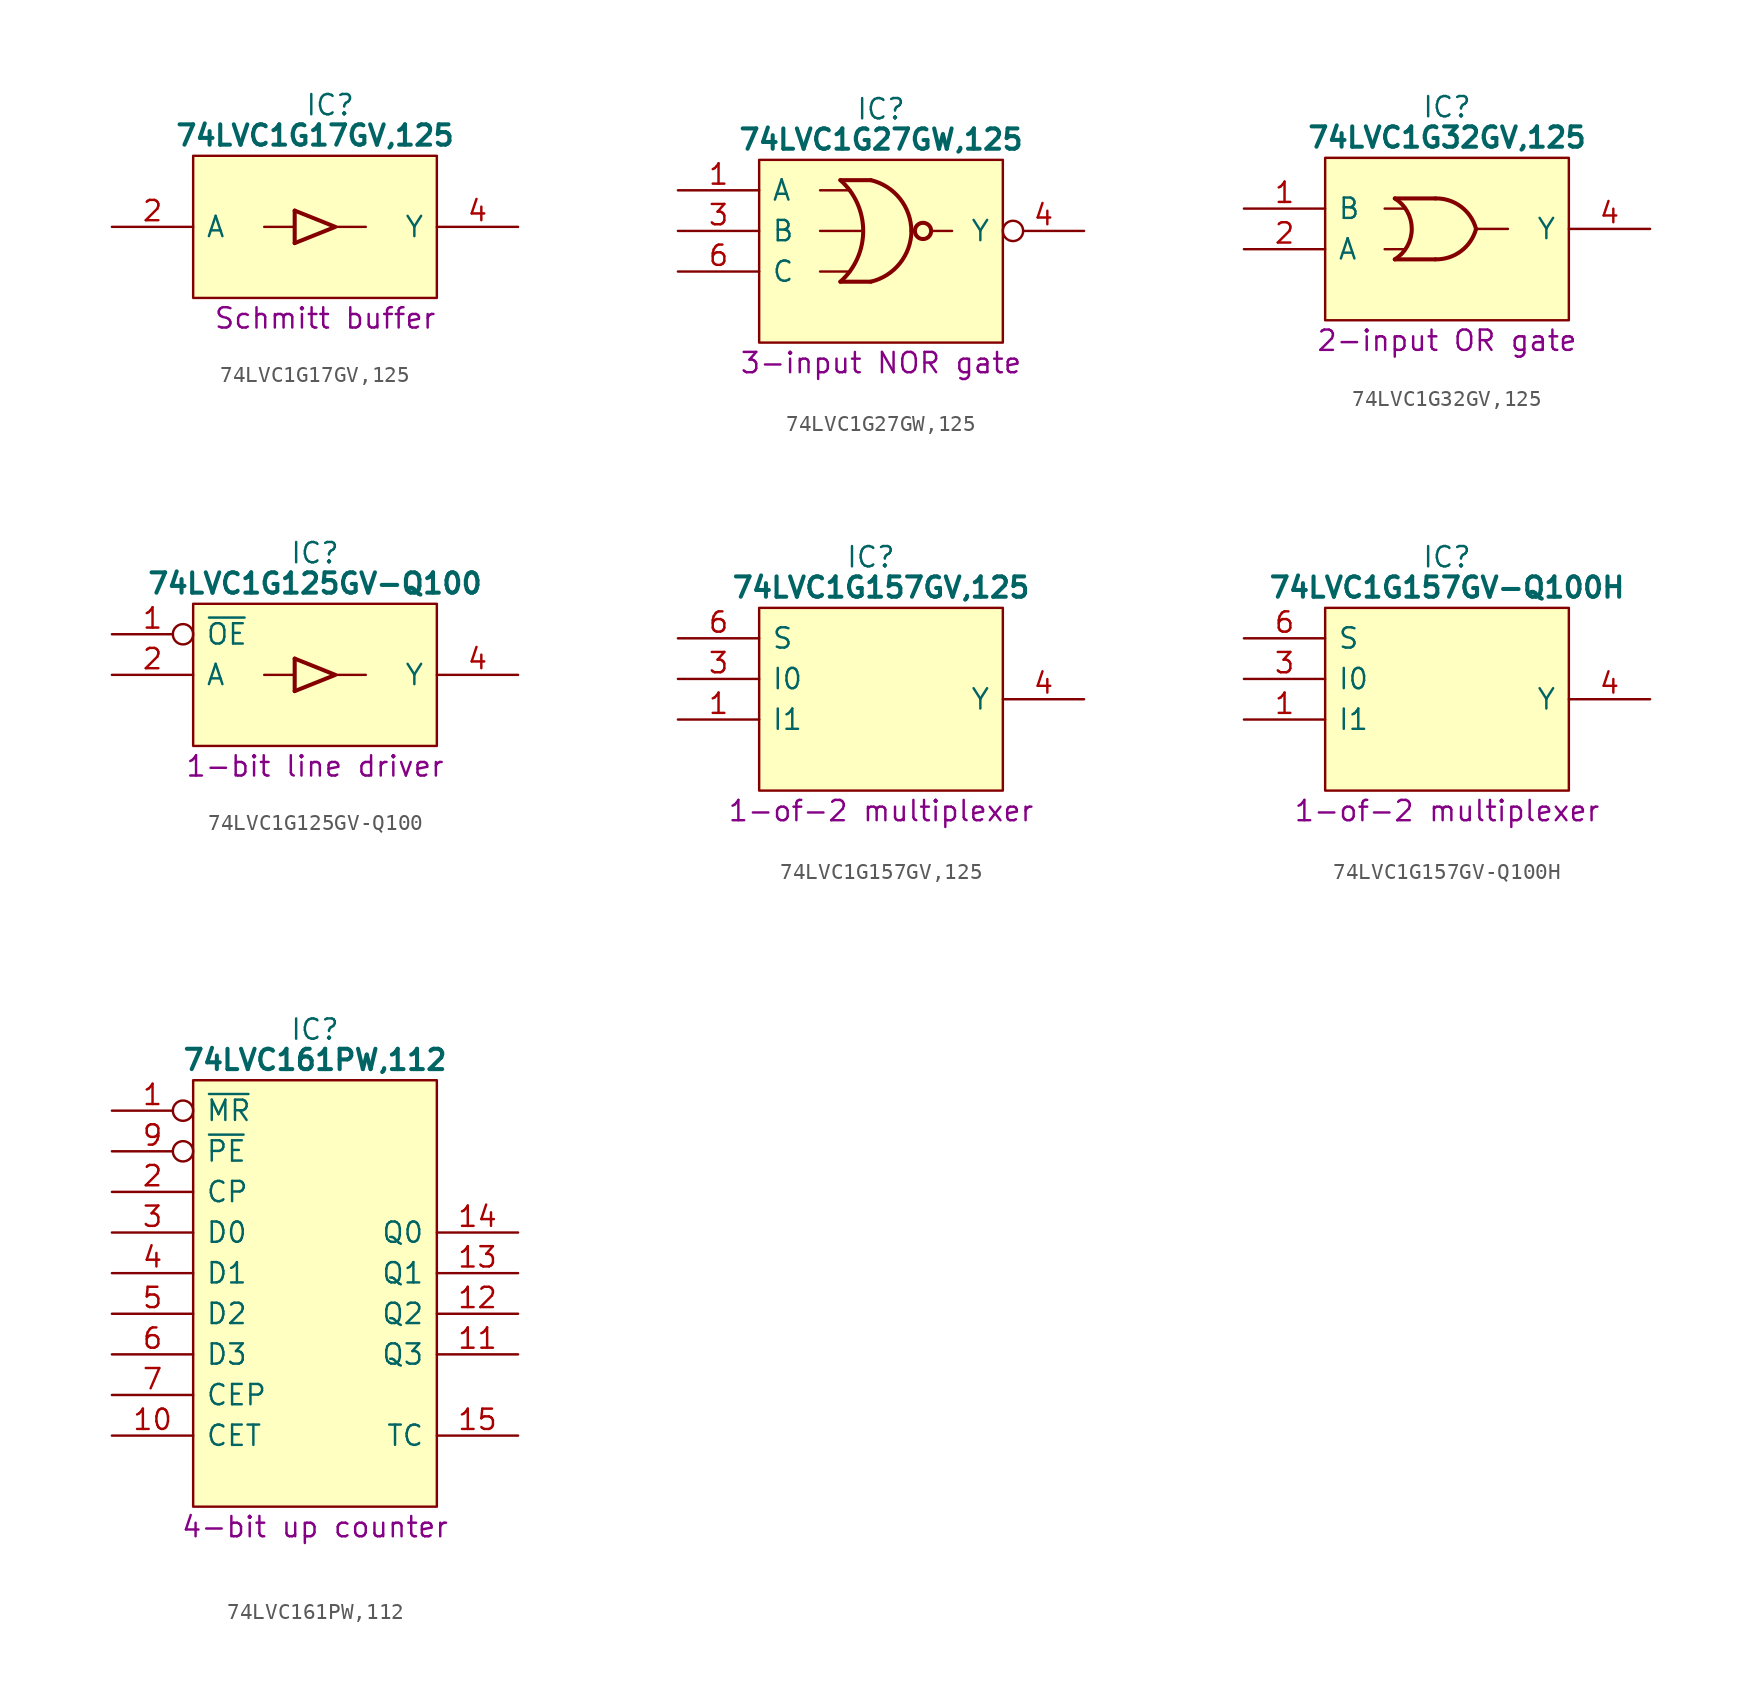
<source format=kicad_sym>
(kicad_symbol_lib
  (version 20231120)
  (generator "kicad_symbol_editor")
  (generator_version "8.0")
  (symbol "74LVC1G17GV,125"
    (pin_names
      (offset 0.762))
    (property "Reference" "IC"
      (at 12.065 7.62 0)
      (effects (font (size 1.27 1.27)) (justify left)))
    (property "Value" "74LVC1G17GV,125"
      (at 12.7 5.715 0)
      (effects (font (size 1.27 1.27) (bold yes))))
    (property "Description" "Schmitt buffer"
      (at 13.335 -5.715 0)
      (effects (font (size 1.27 1.27))))
    (symbol "74LVC1G17GV,125_0_0"
      (pin no_connect line (at 0 2.54 0) (length 5.08) hide (name "n.c." (effects (font (size 1.27 1.27)))) (number "1" (effects (font (size 1.27 1.27)))))
      (pin input line (at 0 0 0) (length 5.08) (name "A" (effects (font (size 1.27 1.27)))) (number "2" (effects (font (size 1.27 1.27)))))
      (pin passive line (at 0 -2.54 0) (length 5.08) hide (name "GND" (effects (font (size 1.27 1.27)))) (number "3" (effects (font (size 1.27 1.27)))))
      (pin passive line (at 25.4 0 180) (length 5.08) (name "Y" (effects (font (size 1.27 1.27)))) (number "4" (effects (font (size 1.27 1.27)))))
      (pin passive line (at 25.4 2.54 180) (length 5.08) hide (name "3V" (effects (font (size 1.27 1.27)))) (number "5" (effects (font (size 1.27 1.27))))))
    (symbol "74LVC1G17GV,125_0_1"
      (polyline (pts (xy 9.525 0) (xy 11.43 0)) (stroke (width 0) (type default)) (fill (type none)))
      (polyline (pts (xy 13.97 0) (xy 15.875 0)) (stroke (width 0) (type default)) (fill (type none)))
      (polyline (pts (xy 11.43 -1.016) (xy 13.97 0) (xy 11.43 1.016)) (stroke (width 0.254) (type default)) (fill (type none)))
      (polyline (pts (xy 5.08 4.445) (xy 20.32 4.445) (xy 20.32 -4.445) (xy 5.08 -4.445) (xy 5.08 4.445)) (stroke (width 0.152) (type default)) (fill (type background)))
      (rectangle (start 11.43 1.016) (end 11.43 -1.016) (stroke (width 0.254) (type default)) (fill (type background)))))
  (symbol "74LVC1G27GW,125"
    (pin_names
      (offset 0.762))
    (property "Reference" "IC"
      (at 12.7 5.08 0)
      (effects (font (size 1.27 1.27))))
    (property "Value" "74LVC1G27GW,125"
      (at 12.7 3.175 0)
      (effects (font (size 1.27 1.27) (bold yes))))
    (property "Description" "3-input NOR gate"
      (at 12.7 -10.795 0)
      (effects (font (size 1.27 1.27))))
    (symbol "74LVC1G27GW,125_0_0"
      (pin input line (at 0 0 0) (length 5.08) (name "A" (effects (font (size 1.27 1.27)))) (number "1" (effects (font (size 1.27 1.27)))))
      (pin passive line (at 0 -7.62 0) (length 5.08) hide (name "GND" (effects (font (size 1.27 1.27)))) (number "2" (effects (font (size 1.27 1.27)))))
      (pin input line (at 0 -2.54 0) (length 5.08) (name "B" (effects (font (size 1.27 1.27)))) (number "3" (effects (font (size 1.27 1.27)))))
      (pin passive line (at 25.4 0 180) (length 5.08) hide (name "3V" (effects (font (size 1.27 1.27)))) (number "5" (effects (font (size 1.27 1.27)))))
      (pin input line (at 0 -5.08 0) (length 5.08) (name "C" (effects (font (size 1.27 1.27)))) (number "6" (effects (font (size 1.27 1.27))))))
    (symbol "74LVC1G27GW,125_0_1"
      (polyline (pts (xy 8.89 -5.08) (xy 10.795 -5.08)) (stroke (width 0) (type default)) (fill (type none)))
      (polyline (pts (xy 8.89 -2.54) (xy 11.43 -2.54)) (stroke (width 0) (type default)) (fill (type none)))
      (polyline (pts (xy 8.89 0) (xy 10.795 0)) (stroke (width 0) (type default)) (fill (type none)))
      (polyline (pts (xy 12.065 -5.715) (xy 10.16 -5.715)) (stroke (width 0.254) (type default)) (fill (type background)))
      (polyline (pts (xy 12.065 0.635) (xy 10.16 0.635)) (stroke (width 0.254) (type default)) (fill (type background)))
      (polyline (pts (xy 15.963 -2.54) (xy 17.145 -2.54)) (stroke (width 0) (type default)) (fill (type none)))
      (polyline (pts (xy 5.08 1.905) (xy 20.32 1.905) (xy 20.32 -9.525) (xy 5.08 -9.525) (xy 5.08 1.905)) (stroke (width 0.152) (type default)) (fill (type background)))
      (arc (start 10.16 -5.715) (mid 11.5867 -2.54) (end 10.16 0.635) (stroke (width 0.254) (type default)) (fill (type none)))
      (arc (start 12.065 -5.715) (mid 13.881 -4.5643) (end 14.605 -2.54) (stroke (width 0.254) (type default)) (fill (type none)))
      (arc (start 14.605 -2.54) (mid 13.8822 -0.5148) (end 12.065 0.635) (stroke (width 0.254) (type default)) (fill (type none)))
      (circle (center 15.328 -2.54) (radius 0.508) (stroke (width 0.254) (type default)) (fill (type none))))
    (symbol "74LVC1G27GW,125_1_0"
      (pin output inverted (at 25.4 -2.54 180) (length 5.08) (name "Y" (effects (font (size 1.27 1.27)))) (number "4" (effects (font (size 1.27 1.27)))))))
  (symbol "74LVC1G32GV,125"
    (pin_names
      (offset 0.762))
    (property "Reference" "IC"
      (at 12.7 6.35 0)
      (effects (font (size 1.27 1.27))))
    (property "Value" "74LVC1G32GV,125"
      (at 12.7 4.445 0)
      (effects (font (size 1.27 1.27) (bold yes))))
    (property "Description" "2-input OR gate"
      (at 12.7 -8.255 0)
      (effects (font (size 1.27 1.27))))
    (symbol "74LVC1G32GV,125_0_0"
      (pin input line (at 0 0 0) (length 5.08) (name "B" (effects (font (size 1.27 1.27)))) (number "1" (effects (font (size 1.27 1.27)))))
      (pin input line (at 0 -2.54 0) (length 5.08) (name "A" (effects (font (size 1.27 1.27)))) (number "2" (effects (font (size 1.27 1.27)))))
      (pin passive line (at 0 -5.08 0) (length 5.08) hide (name "GND" (effects (font (size 1.27 1.27)))) (number "3" (effects (font (size 1.27 1.27)))))
      (pin output line (at 25.4 -1.27 180) (length 5.08) (name "Y" (effects (font (size 1.27 1.27)))) (number "4" (effects (font (size 1.27 1.27)))))
      (pin passive line (at 25.4 1.27 180) (length 5.08) hide (name "3V" (effects (font (size 1.27 1.27)))) (number "5" (effects (font (size 1.27 1.27))))))
    (symbol "74LVC1G32GV,125_0_1"
      (polyline (pts (xy 8.802 -2.54) (xy 10.072 -2.54)) (stroke (width 0) (type default)) (fill (type none)))
      (polyline (pts (xy 8.802 0) (xy 10.072 0)) (stroke (width 0) (type default)) (fill (type none)))
      (polyline (pts (xy 11.977 -3.175) (xy 9.437 -3.175)) (stroke (width 0.254) (type default)) (fill (type background)))
      (polyline (pts (xy 11.977 0.635) (xy 9.437 0.635)) (stroke (width 0.254) (type default)) (fill (type background)))
      (polyline (pts (xy 14.605 -1.27) (xy 16.51 -1.27)) (stroke (width 0) (type default)) (fill (type none)))
      (polyline (pts (xy 5.08 3.175) (xy 20.32 3.175) (xy 20.32 -6.985) (xy 5.08 -6.985) (xy 5.08 3.175)) (stroke (width 0.152) (type default)) (fill (type background)))
      (arc (start 9.437 -3.175) (mid 10.4969 -1.27) (end 9.437 0.635) (stroke (width 0.254) (type default)) (fill (type none)))
      (arc (start 11.977 -3.175) (mid 13.5751 -2.6601) (end 14.517 -1.27) (stroke (width 0.254) (type default)) (fill (type none)))
      (arc (start 14.517 -1.27) (mid 13.5761 0.1213) (end 11.977 0.635) (stroke (width 0.254) (type default)) (fill (type none)))))
  (symbol "74LVC1G125GV-Q100"
    (pin_names
      (offset 0.762))
    (property "Reference" "IC"
      (at 12.7 5.08 0)
      (effects (font (size 1.27 1.27))))
    (property "Value" "74LVC1G125GV-Q100"
      (at 12.7 3.175 0)
      (effects (font (size 1.27 1.27) (bold yes))))
    (property "Description" "1-bit line driver"
      (at 12.7 -8.255 0)
      (effects (font (size 1.27 1.27))))
    (symbol "74LVC1G125GV-Q100_0_0"
      (pin input inverted (at 0 0 0) (length 5.08) (name "~{OE}" (effects (font (size 1.27 1.27)))) (number "1" (effects (font (size 1.27 1.27)))))
      (pin input line (at 0 -2.54 0) (length 5.08) (name "A" (effects (font (size 1.27 1.27)))) (number "2" (effects (font (size 1.27 1.27)))))
      (pin passive line (at 0 -5.08 0) (length 5.08) hide (name "GND" (effects (font (size 1.27 1.27)))) (number "3" (effects (font (size 1.27 1.27)))))
      (pin tri_state line (at 25.4 -2.54 180) (length 5.08) (name "Y" (effects (font (size 1.27 1.27)))) (number "4" (effects (font (size 1.27 1.27)))))
      (pin passive line (at 25.4 0 180) (length 5.08) hide (name "3V" (effects (font (size 1.27 1.27)))) (number "5" (effects (font (size 1.27 1.27))))))
    (symbol "74LVC1G125GV-Q100_0_1"
      (polyline (pts (xy 9.525 -2.54) (xy 11.43 -2.54)) (stroke (width 0) (type default)) (fill (type none)))
      (polyline (pts (xy 13.97 -2.54) (xy 15.875 -2.54)) (stroke (width 0) (type default)) (fill (type none)))
      (polyline (pts (xy 11.43 -3.556) (xy 13.97 -2.54) (xy 11.43 -1.524)) (stroke (width 0.254) (type default)) (fill (type none)))
      (polyline (pts (xy 5.08 1.905) (xy 20.32 1.905) (xy 20.32 -6.985) (xy 5.08 -6.985) (xy 5.08 1.905)) (stroke (width 0.152) (type default)) (fill (type background)))
      (rectangle (start 11.43 -1.524) (end 11.43 -3.556) (stroke (width 0.254) (type default)) (fill (type background)))))
  (symbol "74LVC1G157GV,125"
    (pin_names
      (offset 0.762))
    (property "Reference" "IC"
      (at 12.065 5.08 0)
      (effects (font (size 1.27 1.27))))
    (property "Value" "74LVC1G157GV,125"
      (at 12.7 3.175 0)
      (effects (font (size 1.27 1.27) (bold yes))))
    (property "Description" "1-of-2 multiplexer"
      (at 12.7 -10.795 0)
      (effects (font (size 1.27 1.27))))
    (symbol "74LVC1G157GV,125_0_0"
      (pin input line (at 0 -5.08 0) (length 5.08) (name "I1" (effects (font (size 1.27 1.27)))) (number "1" (effects (font (size 1.27 1.27)))))
      (pin passive line (at 0 -7.62 0) (length 5.08) hide (name "GND" (effects (font (size 1.27 1.27)))) (number "2" (effects (font (size 1.27 1.27)))))
      (pin input line (at 0 -2.54 0) (length 5.08) (name "I0" (effects (font (size 1.27 1.27)))) (number "3" (effects (font (size 1.27 1.27)))))
      (pin output line (at 25.4 -3.81 180) (length 5.08) (name "Y" (effects (font (size 1.27 1.27)))) (number "4" (effects (font (size 1.27 1.27)))))
      (pin input line (at 0 0 0) (length 5.08) (name "S" (effects (font (size 1.27 1.27)))) (number "6" (effects (font (size 1.27 1.27))))))
    (symbol "74LVC1G157GV,125_0_1"
      (polyline (pts (xy 5.08 1.905) (xy 20.32 1.905) (xy 20.32 -9.525) (xy 5.08 -9.525) (xy 5.08 1.905)) (stroke (width 0.152) (type default)) (fill (type background))))
    (symbol "74LVC1G157GV,125_1_0"
      (pin passive line (at 25.4 0 180) (length 5.08) hide (name "3V" (effects (font (size 1.27 1.27)))) (number "5" (effects (font (size 1.27 1.27)))))))
  (symbol "74LVC1G157GV-Q100H"
    (pin_names
      (offset 0.762))
    (property "Reference" "IC"
      (at 12.7 5.08 0)
      (effects (font (size 1.27 1.27))))
    (property "Value" "74LVC1G157GV-Q100H"
      (at 12.7 3.175 0)
      (effects (font (size 1.27 1.27) (bold yes))))
    (property "Description" "1-of-2 multiplexer"
      (at 12.7 -10.795 0)
      (effects (font (size 1.27 1.27))))
    (symbol "74LVC1G157GV-Q100H_0_0"
      (pin input line (at 0 -5.08 0) (length 5.08) (name "I1" (effects (font (size 1.27 1.27)))) (number "1" (effects (font (size 1.27 1.27)))))
      (pin passive line (at 0 -7.62 0) (length 5.08) hide (name "GND" (effects (font (size 1.27 1.27)))) (number "2" (effects (font (size 1.27 1.27)))))
      (pin input line (at 0 -2.54 0) (length 5.08) (name "I0" (effects (font (size 1.27 1.27)))) (number "3" (effects (font (size 1.27 1.27)))))
      (pin output line (at 25.4 -3.81 180) (length 5.08) (name "Y" (effects (font (size 1.27 1.27)))) (number "4" (effects (font (size 1.27 1.27)))))
      (pin input line (at 0 0 0) (length 5.08) (name "S" (effects (font (size 1.27 1.27)))) (number "6" (effects (font (size 1.27 1.27))))))
    (symbol "74LVC1G157GV-Q100H_0_1"
      (polyline (pts (xy 5.08 1.905) (xy 20.32 1.905) (xy 20.32 -9.525) (xy 5.08 -9.525) (xy 5.08 1.905)) (stroke (width 0.152) (type default)) (fill (type background))))
    (symbol "74LVC1G157GV-Q100H_1_0"
      (pin passive line (at 25.4 0 180) (length 5.08) hide (name "3V" (effects (font (size 1.27 1.27)))) (number "5" (effects (font (size 1.27 1.27)))))))
  (symbol "74LVC161PW,112"
    (pin_names
      (offset 0.762))
    (property "Reference" "IC"
      (at 12.7 5.08 0)
      (effects (font (size 1.27 1.27))))
    (property "Value" "74LVC161PW,112"
      (at 12.7 3.175 0)
      (effects (font (size 1.27 1.27) (bold yes))))
    (property "Description" "4-bit up counter"
      (at 12.7 -26.035 0)
      (effects (font (size 1.27 1.27))))
    (symbol "74LVC161PW,112_0_0"
      (pin input inverted (at 0 0 0) (length 5.08) (name "~{MR}" (effects (font (size 1.27 1.27)))) (number "1" (effects (font (size 1.27 1.27)))))
      (pin input line (at 0 -20.32 0) (length 5.08) (name "CET" (effects (font (size 1.27 1.27)))) (number "10" (effects (font (size 1.27 1.27)))))
      (pin output line (at 25.4 -15.24 180) (length 5.08) (name "Q3" (effects (font (size 1.27 1.27)))) (number "11" (effects (font (size 1.27 1.27)))))
      (pin output line (at 25.4 -12.7 180) (length 5.08) (name "Q2" (effects (font (size 1.27 1.27)))) (number "12" (effects (font (size 1.27 1.27)))))
      (pin output line (at 25.4 -10.16 180) (length 5.08) (name "Q1" (effects (font (size 1.27 1.27)))) (number "13" (effects (font (size 1.27 1.27)))))
      (pin output line (at 25.4 -7.62 180) (length 5.08) (name "Q0" (effects (font (size 1.27 1.27)))) (number "14" (effects (font (size 1.27 1.27)))))
      (pin output line (at 25.4 -20.32 180) (length 5.08) (name "TC" (effects (font (size 1.27 1.27)))) (number "15" (effects (font (size 1.27 1.27)))))
      (pin passive line (at 25.4 0 180) (length 5.08) hide (name "3V" (effects (font (size 1.27 1.27)))) (number "16" (effects (font (size 1.27 1.27)))))
      (pin input line (at 0 -5.08 0) (length 5.08) (name "CP" (effects (font (size 1.27 1.27)))) (number "2" (effects (font (size 1.27 1.27)))))
      (pin input line (at 0 -7.62 0) (length 5.08) (name "D0" (effects (font (size 1.27 1.27)))) (number "3" (effects (font (size 1.27 1.27)))))
      (pin input line (at 0 -10.16 0) (length 5.08) (name "D1" (effects (font (size 1.27 1.27)))) (number "4" (effects (font (size 1.27 1.27)))))
      (pin input line (at 0 -12.7 0) (length 5.08) (name "D2" (effects (font (size 1.27 1.27)))) (number "5" (effects (font (size 1.27 1.27)))))
      (pin input line (at 0 -15.24 0) (length 5.08) (name "D3" (effects (font (size 1.27 1.27)))) (number "6" (effects (font (size 1.27 1.27)))))
      (pin input line (at 0 -17.78 0) (length 5.08) (name "CEP" (effects (font (size 1.27 1.27)))) (number "7" (effects (font (size 1.27 1.27)))))
      (pin passive line (at 0 -22.86 0) (length 5.08) hide (name "GND" (effects (font (size 1.27 1.27)))) (number "8" (effects (font (size 1.27 1.27)))))
      (pin input inverted (at 0 -2.54 0) (length 5.08) (name "~{PE}" (effects (font (size 1.27 1.27)))) (number "9" (effects (font (size 1.27 1.27))))))
    (symbol "74LVC161PW,112_0_1"
      (polyline (pts (xy 5.08 1.905) (xy 20.32 1.905) (xy 20.32 -24.765) (xy 5.08 -24.765) (xy 5.08 1.905)) (stroke (width 0.152) (type default)) (fill (type background))))))
</source>
